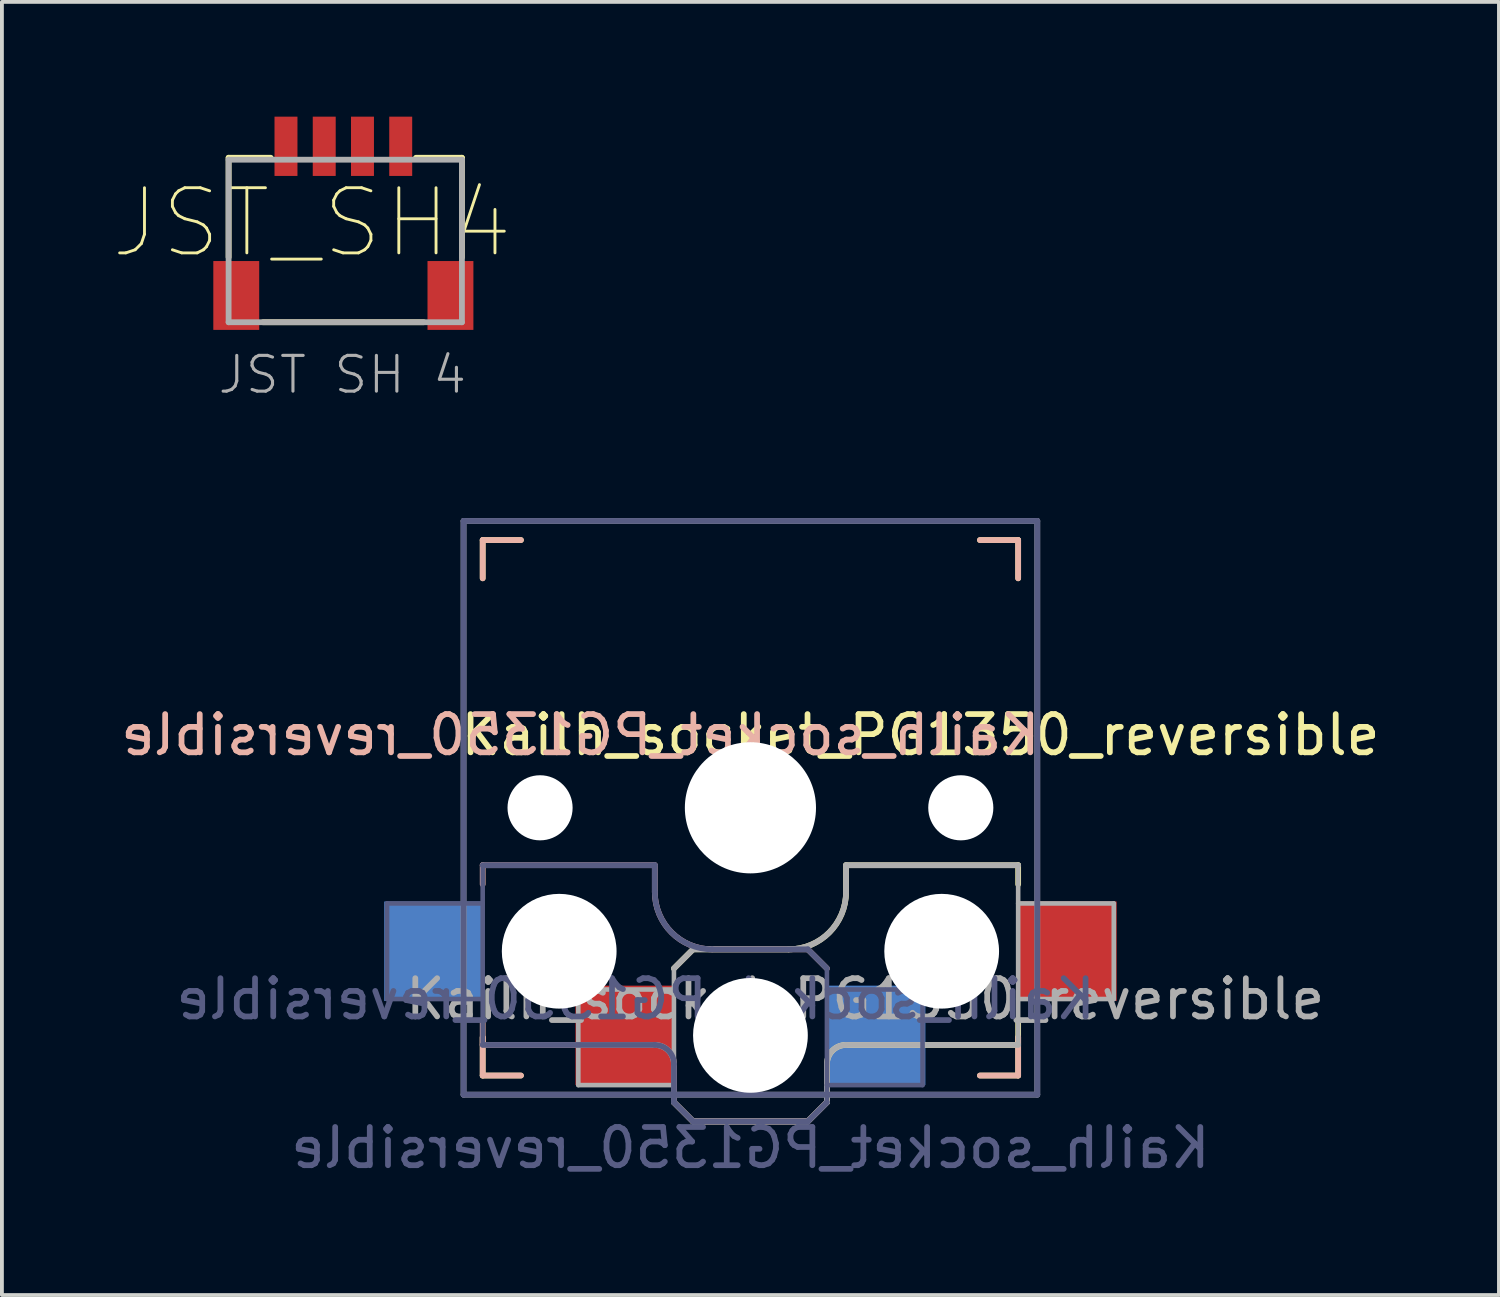
<source format=kicad_pcb>
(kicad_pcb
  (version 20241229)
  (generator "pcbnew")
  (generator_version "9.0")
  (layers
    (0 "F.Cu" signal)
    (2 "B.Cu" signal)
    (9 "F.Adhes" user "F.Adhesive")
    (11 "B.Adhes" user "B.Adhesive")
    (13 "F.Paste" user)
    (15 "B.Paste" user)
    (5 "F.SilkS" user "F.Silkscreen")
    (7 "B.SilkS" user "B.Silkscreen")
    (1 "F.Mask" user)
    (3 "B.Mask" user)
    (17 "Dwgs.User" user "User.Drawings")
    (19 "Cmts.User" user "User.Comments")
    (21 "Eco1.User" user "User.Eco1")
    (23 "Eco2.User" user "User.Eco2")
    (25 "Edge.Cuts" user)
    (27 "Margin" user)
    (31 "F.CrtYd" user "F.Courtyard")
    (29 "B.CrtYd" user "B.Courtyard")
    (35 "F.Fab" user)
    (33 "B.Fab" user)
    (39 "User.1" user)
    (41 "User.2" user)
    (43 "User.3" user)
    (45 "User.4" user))
  (footprint "Kailh_socket_PG1350_reversible"
    (layer "F.Cu")
    (at 16.57 18.07)
    (property "Reference" "Kailh_socket_PG1350_reversible" (at 4.445 -1.905 0) (layer "F.SilkS") (effects (font (size 1 1) (thickness 0.15))))
    (property "Value" "Kailh_socket_PG1350_reversible" (at 0 8.89 0) (layer "F.Fab") (hide yes) (effects (font (size 1 1) (thickness 0.15))))
    (attr smd)
    (fp_line (start -7 -7) (end -6 -7) (stroke (width 0.15) (type solid)) (layer "F.SilkS"))
    (fp_line (start -7 -6) (end -7 -7) (stroke (width 0.15) (type solid)) (layer "F.SilkS"))
    (fp_line (start -7 7) (end -7 6) (stroke (width 0.15) (type solid)) (layer "F.SilkS"))
    (fp_line (start -6 7) (end -7 7) (stroke (width 0.15) (type solid)) (layer "F.SilkS"))
    (fp_line (start -2 4.2) (end -1.5 3.7) (stroke (width 0.15) (type solid)) (layer "F.SilkS"))
    (fp_line (start -2 7.7) (end -1.5 8.2) (stroke (width 0.15) (type solid)) (layer "F.SilkS"))
    (fp_line (start -1.5 3.7) (end 1 3.7) (stroke (width 0.15) (type solid)) (layer "F.SilkS"))
    (fp_line (start -1.5 8.2) (end 1.5 8.2) (stroke (width 0.15) (type solid)) (layer "F.SilkS"))
    (fp_line (start 1.5 8.2) (end 2 7.7) (stroke (width 0.15) (type solid)) (layer "F.SilkS"))
    (fp_line (start 2 6.7) (end 2 7.7) (stroke (width 0.15) (type solid)) (layer "F.SilkS"))
    (fp_line (start 2.5 1.5) (end 7 1.5) (stroke (width 0.15) (type solid)) (layer "F.SilkS"))
    (fp_line (start 2.5 2.2) (end 2.5 1.5) (stroke (width 0.15) (type solid)) (layer "F.SilkS"))
    (fp_line (start 6 -7) (end 7 -7) (stroke (width 0.15) (type solid)) (layer "F.SilkS"))
    (fp_line (start 7 -7) (end 7 -6) (stroke (width 0.15) (type solid)) (layer "F.SilkS"))
    (fp_line (start 7 1.5) (end 7 2) (stroke (width 0.15) (type solid)) (layer "F.SilkS"))
    (fp_line (start 7 5.6) (end 7 6.2) (stroke (width 0.15) (type solid)) (layer "F.SilkS"))
    (fp_line (start 7 6) (end 7 7) (stroke (width 0.15) (type solid)) (layer "F.SilkS"))
    (fp_line (start 7 6.2) (end 2.5 6.2) (stroke (width 0.15) (type solid)) (layer "F.SilkS"))
    (fp_line (start 7 7) (end 6 7) (stroke (width 0.15) (type solid)) (layer "F.SilkS"))
    (fp_arc (start 2 6.7) (mid 2.146447 6.346447) (end 2.5 6.2) (stroke (width 0.15) (type solid)) (layer "F.SilkS"))
    (fp_arc (start 2.5 2.2) (mid 2.06066 3.26066) (end 1 3.7) (stroke (width 0.15) (type solid)) (layer "F.SilkS"))
    (fp_line (start -7 -7) (end -6 -7) (stroke (width 0.15) (type solid)) (layer "B.SilkS"))
    (fp_line (start -7 -6) (end -7 -7) (stroke (width 0.15) (type solid)) (layer "B.SilkS"))
    (fp_line (start -7 1.5) (end -7 2) (stroke (width 0.15) (type solid)) (layer "B.SilkS"))
    (fp_line (start -7 5.6) (end -7 6.2) (stroke (width 0.15) (type solid)) (layer "B.SilkS"))
    (fp_line (start -7 6.2) (end -2.5 6.2) (stroke (width 0.15) (type solid)) (layer "B.SilkS"))
    (fp_line (start -7 7) (end -7 6) (stroke (width 0.15) (type solid)) (layer "B.SilkS"))
    (fp_line (start -6 7) (end -7 7) (stroke (width 0.15) (type solid)) (layer "B.SilkS"))
    (fp_line (start -2.5 1.5) (end -7 1.5) (stroke (width 0.15) (type solid)) (layer "B.SilkS"))
    (fp_line (start -2.5 2.2) (end -2.5 1.5) (stroke (width 0.15) (type solid)) (layer "B.SilkS"))
    (fp_line (start -2 6.7) (end -2 7.7) (stroke (width 0.15) (type solid)) (layer "B.SilkS"))
    (fp_line (start -1.5 8.2) (end -2 7.7) (stroke (width 0.15) (type solid)) (layer "B.SilkS"))
    (fp_line (start 1.5 3.7) (end -1 3.7) (stroke (width 0.15) (type solid)) (layer "B.SilkS"))
    (fp_line (start 1.5 8.2) (end -1.5 8.2) (stroke (width 0.15) (type solid)) (layer "B.SilkS"))
    (fp_line (start 2 4.2) (end 1.5 3.7) (stroke (width 0.15) (type solid)) (layer "B.SilkS"))
    (fp_line (start 2 7.7) (end 1.5 8.2) (stroke (width 0.15) (type solid)) (layer "B.SilkS"))
    (fp_line (start 6 -7) (end 7 -7) (stroke (width 0.15) (type solid)) (layer "B.SilkS"))
    (fp_line (start 7 -7) (end 7 -6) (stroke (width 0.15) (type solid)) (layer "B.SilkS"))
    (fp_line (start 7 6) (end 7 7) (stroke (width 0.15) (type solid)) (layer "B.SilkS"))
    (fp_line (start 7 7) (end 6 7) (stroke (width 0.15) (type solid)) (layer "B.SilkS"))
    (fp_arc (start -2.5 6.2) (mid -2.146447 6.346447) (end -2 6.7) (stroke (width 0.15) (type solid)) (layer "B.SilkS"))
    (fp_arc (start -1 3.7) (mid -2.06066 3.26066) (end -2.5 2.2) (stroke (width 0.15) (type solid)) (layer "B.SilkS"))
    (fp_line (start -6.9 6.9) (end -6.9 -6.9) (stroke (width 0.15) (type solid)) (layer "Eco2.User"))
    (fp_line (start -6.9 6.9) (end 6.9 6.9) (stroke (width 0.15) (type solid)) (layer "Eco2.User"))
    (fp_line (start -2.6 -3.1) (end -2.6 -6.3) (stroke (width 0.15) (type solid)) (layer "Eco2.User"))
    (fp_line (start -2.6 -3.1) (end 2.6 -3.1) (stroke (width 0.15) (type solid)) (layer "Eco2.User"))
    (fp_line (start 2.6 -6.3) (end -2.6 -6.3) (stroke (width 0.15) (type solid)) (layer "Eco2.User"))
    (fp_line (start 2.6 -3.1) (end 2.6 -6.3) (stroke (width 0.15) (type solid)) (layer "Eco2.User"))
    (fp_line (start 6.9 -6.9) (end -6.9 -6.9) (stroke (width 0.15) (type solid)) (layer "Eco2.User"))
    (fp_line (start 6.9 -6.9) (end 6.9 6.9) (stroke (width 0.15) (type solid)) (layer "Eco2.User"))
    (fp_line (start -9.5 2.5) (end -7 2.5) (stroke (width 0.12) (type solid)) (layer "B.Fab"))
    (fp_line (start -9.5 5) (end -9.5 2.5) (stroke (width 0.12) (type solid)) (layer "B.Fab"))
    (fp_line (start -7.5 -7.5) (end 7.5 -7.5) (stroke (width 0.15) (type solid)) (layer "B.Fab"))
    (fp_line (start -7.5 7.5) (end -7.5 -7.5) (stroke (width 0.15) (type solid)) (layer "B.Fab"))
    (fp_line (start -7 1.5) (end -7 6.2) (stroke (width 0.12) (type solid)) (layer "B.Fab"))
    (fp_line (start -7 5) (end -9.5 5) (stroke (width 0.12) (type solid)) (layer "B.Fab"))
    (fp_line (start -7 6.2) (end -2.5 6.2) (stroke (width 0.15) (type solid)) (layer "B.Fab"))
    (fp_line (start -2.5 1.5) (end -7 1.5) (stroke (width 0.15) (type solid)) (layer "B.Fab"))
    (fp_line (start -2.5 2.2) (end -2.5 1.5) (stroke (width 0.15) (type solid)) (layer "B.Fab"))
    (fp_line (start -2 6.7) (end -2 7.7) (stroke (width 0.15) (type solid)) (layer "B.Fab"))
    (fp_line (start -1.5 8.2) (end -2 7.7) (stroke (width 0.15) (type solid)) (layer "B.Fab"))
    (fp_line (start 1.5 3.7) (end -1 3.7) (stroke (width 0.15) (type solid)) (layer "B.Fab"))
    (fp_line (start 1.5 8.2) (end -1.5 8.2) (stroke (width 0.15) (type solid)) (layer "B.Fab"))
    (fp_line (start 2 4.2) (end 1.5 3.7) (stroke (width 0.15) (type solid)) (layer "B.Fab"))
    (fp_line (start 2 4.25) (end 2 7.7) (stroke (width 0.12) (type solid)) (layer "B.Fab"))
    (fp_line (start 2 4.75) (end 4.5 4.75) (stroke (width 0.12) (type solid)) (layer "B.Fab"))
    (fp_line (start 2 7.7) (end 1.5 8.2) (stroke (width 0.15) (type solid)) (layer "B.Fab"))
    (fp_line (start 4.5 4.75) (end 4.5 7.25) (stroke (width 0.12) (type solid)) (layer "B.Fab"))
    (fp_line (start 4.5 7.25) (end 2 7.25) (stroke (width 0.12) (type solid)) (layer "B.Fab"))
    (fp_line (start 7.5 -7.5) (end 7.5 7.5) (stroke (width 0.15) (type solid)) (layer "B.Fab"))
    (fp_line (start 7.5 7.5) (end -7.5 7.5) (stroke (width 0.15) (type solid)) (layer "B.Fab"))
    (fp_arc (start -2.5 6.2) (mid -2.146447 6.346447) (end -2 6.7) (stroke (width 0.15) (type solid)) (layer "B.Fab"))
    (fp_arc (start -1 3.7) (mid -2.06066 3.26066) (end -2.5 2.2) (stroke (width 0.15) (type solid)) (layer "B.Fab"))
    (fp_line (start -7.5 -7.5) (end 7.5 -7.5) (stroke (width 0.15) (type solid)) (layer "F.Fab"))
    (fp_line (start -7.5 7.5) (end -7.5 -7.5) (stroke (width 0.15) (type solid)) (layer "F.Fab"))
    (fp_line (start -4.5 4.75) (end -4.5 7.25) (stroke (width 0.12) (type solid)) (layer "F.Fab"))
    (fp_line (start -4.5 7.25) (end -2 7.25) (stroke (width 0.12) (type solid)) (layer "F.Fab"))
    (fp_line (start -2 4.2) (end -1.5 3.7) (stroke (width 0.15) (type solid)) (layer "F.Fab"))
    (fp_line (start -2 4.25) (end -2 7.7) (stroke (width 0.12) (type solid)) (layer "F.Fab"))
    (fp_line (start -2 4.75) (end -4.5 4.75) (stroke (width 0.12) (type solid)) (layer "F.Fab"))
    (fp_line (start -2 7.7) (end -1.5 8.2) (stroke (width 0.15) (type solid)) (layer "F.Fab"))
    (fp_line (start -1.5 3.7) (end 1 3.7) (stroke (width 0.15) (type solid)) (layer "F.Fab"))
    (fp_line (start -1.5 8.2) (end 1.5 8.2) (stroke (width 0.15) (type solid)) (layer "F.Fab"))
    (fp_line (start 1.5 8.2) (end 2 7.7) (stroke (width 0.15) (type solid)) (layer "F.Fab"))
    (fp_line (start 2 6.7) (end 2 7.7) (stroke (width 0.15) (type solid)) (layer "F.Fab"))
    (fp_line (start 2.5 1.5) (end 7 1.5) (stroke (width 0.15) (type solid)) (layer "F.Fab"))
    (fp_line (start 2.5 2.2) (end 2.5 1.5) (stroke (width 0.15) (type solid)) (layer "F.Fab"))
    (fp_line (start 7 1.5) (end 7 6.2) (stroke (width 0.12) (type solid)) (layer "F.Fab"))
    (fp_line (start 7 5) (end 9.5 5) (stroke (width 0.12) (type solid)) (layer "F.Fab"))
    (fp_line (start 7 6.2) (end 2.5 6.2) (stroke (width 0.15) (type solid)) (layer "F.Fab"))
    (fp_line (start 7.5 -7.5) (end 7.5 7.5) (stroke (width 0.15) (type solid)) (layer "F.Fab"))
    (fp_line (start 7.5 7.5) (end -7.5 7.5) (stroke (width 0.15) (type solid)) (layer "F.Fab"))
    (fp_line (start 9.5 2.5) (end 7 2.5) (stroke (width 0.12) (type solid)) (layer "F.Fab"))
    (fp_line (start 9.5 5) (end 9.5 2.5) (stroke (width 0.12) (type solid)) (layer "F.Fab"))
    (fp_arc (start 2 6.7) (mid 2.146447 6.346447) (end 2.5 6.2) (stroke (width 0.15) (type solid)) (layer "F.Fab"))
    (fp_arc (start 2.5 2.2) (mid 2.06066 3.26066) (end 1 3.7) (stroke (width 0.15) (type solid)) (layer "F.Fab"))
    (fp_text user "${REFERENCE}" (at -4.445 -1.905 0) (layer "B.SilkS") (effects (font (size 1 1) (thickness 0.15)) (justify mirror)))
    (fp_text user "${REFERENCE}" (at -3 5 0) (layer "B.Fab") (effects (font (size 1 1) (thickness 0.15)) (justify mirror)))
    (fp_text user "${VALUE}" (at 0 8.89 0) (layer "B.Fab") (effects (font (size 1 1) (thickness 0.15)) (justify mirror)))
    (fp_text user "${REFERENCE}" (at 3 5 180) (layer "F.Fab") (effects (font (size 1 1) (thickness 0.15))))
    (pad "" np_thru_hole circle (at -5.5 0) (size 1.702 1.702) (drill 1.702) (layers "*.Cu" "*.Mask"))
    (pad "" np_thru_hole circle (at -5 3.75) (size 3 3) (drill 3) (layers "*.Cu" "*.Mask"))
    (pad "" np_thru_hole circle (at 0 0) (size 3.429 3.429) (drill 3.429) (layers "*.Cu" "*.Mask"))
    (pad "" np_thru_hole circle (at 0 5.95) (size 3 3) (drill 3) (layers "*.Cu" "*.Mask"))
    (pad "" np_thru_hole circle (at 5 3.75) (size 3 3) (drill 3) (layers "*.Cu" "*.Mask"))
    (pad "" np_thru_hole circle (at 5.5 0) (size 1.702 1.702) (drill 1.702) (layers "*.Cu" "*.Mask"))
    (pad "1" smd rect (at -3.275 5.95) (size 2.6 2.6) (layers "F.Cu" "F.Mask" "F.Paste"))
    (pad "1" smd rect (at 3.275 5.95) (size 2.6 2.6) (layers "B.Cu" "B.Mask" "B.Paste"))
    (pad "2" smd rect (at -8.275 3.75) (size 2.6 2.6) (layers "B.Cu" "B.Mask" "B.Paste"))
    (pad "2" smd rect (at 8.275 3.75) (size 2.6 2.6) (layers "F.Cu" "F.Mask" "F.Paste")))
  (footprint "JST_SH4"
    (layer "F.Cu")
    (at 5.927 2.781)
    (property "Reference" "JST_SH4" (at 4.5 -1 0) (unlocked yes) (layer "F.SilkS") (effects (font (size 1.703 1.703) (thickness 0.075)) (justify right top)))
    (fp_line (start -3 -1.706) (end -1.9 -1.706) (stroke (width 0.152) (type solid)) (layer "F.SilkS"))
    (fp_line (start -3 0.894) (end -3 -1.706) (stroke (width 0.152) (type solid)) (layer "F.SilkS"))
    (fp_line (start -2.1 2.594) (end 2.1 2.594) (stroke (width 0.152) (type solid)) (layer "F.SilkS"))
    (fp_line (start 1.9 -1.706) (end 3.1 -1.706) (stroke (width 0.152) (type solid)) (layer "F.SilkS"))
    (fp_line (start 3.1 -1.706) (end 3.1 0.894) (stroke (width 0.152) (type solid)) (layer "F.SilkS"))
    (fp_line (start -3 -1.656) (end 3.1 -1.656) (stroke (width 0.152) (type solid)) (layer "F.Fab"))
    (fp_line (start -3 2.594) (end -3 -1.656) (stroke (width 0.152) (type solid)) (layer "F.Fab"))
    (fp_line (start 3.1 -1.656) (end 3.1 2.594) (stroke (width 0.152) (type solid)) (layer "F.Fab"))
    (fp_line (start 3.1 2.594) (end -3 2.594) (stroke (width 0.152) (type solid)) (layer "F.Fab"))
    (fp_text user "JST SH 4" (at -3.33 4.514 0) (unlocked yes) (layer "F.Fab") (effects (font (size 0.935 0.935) (thickness 0.081)) (justify left bottom)))
    (pad "1" smd rect (at -1.5 -2.006 90) (size 1.55 0.6) (layers "F.Cu" "F.Mask" "F.Paste"))
    (pad "2" smd rect (at -0.5 -2.006 90) (size 1.55 0.6) (layers "F.Cu" "F.Mask" "F.Paste"))
    (pad "3" smd rect (at 0.5 -2.006 90) (size 1.55 0.6) (layers "F.Cu" "F.Mask" "F.Paste"))
    (pad "4" smd rect (at 1.5 -2.006 90) (size 1.55 0.6) (layers "F.Cu" "F.Mask" "F.Paste"))
    (pad "5" smd rect (at -2.8 1.894 90) (size 1.8 1.2) (layers "F.Cu" "F.Mask" "F.Paste"))
    (pad "6" smd rect (at 2.8 1.894 90) (size 1.8 1.2) (layers "F.Cu" "F.Mask" "F.Paste")))
  (gr_rect
    (start -3 -3)
    (end 36.14 30.809)
    (stroke (width 0.1) (type default))
    (fill no)
    (layer "Edge.Cuts")))
</source>
